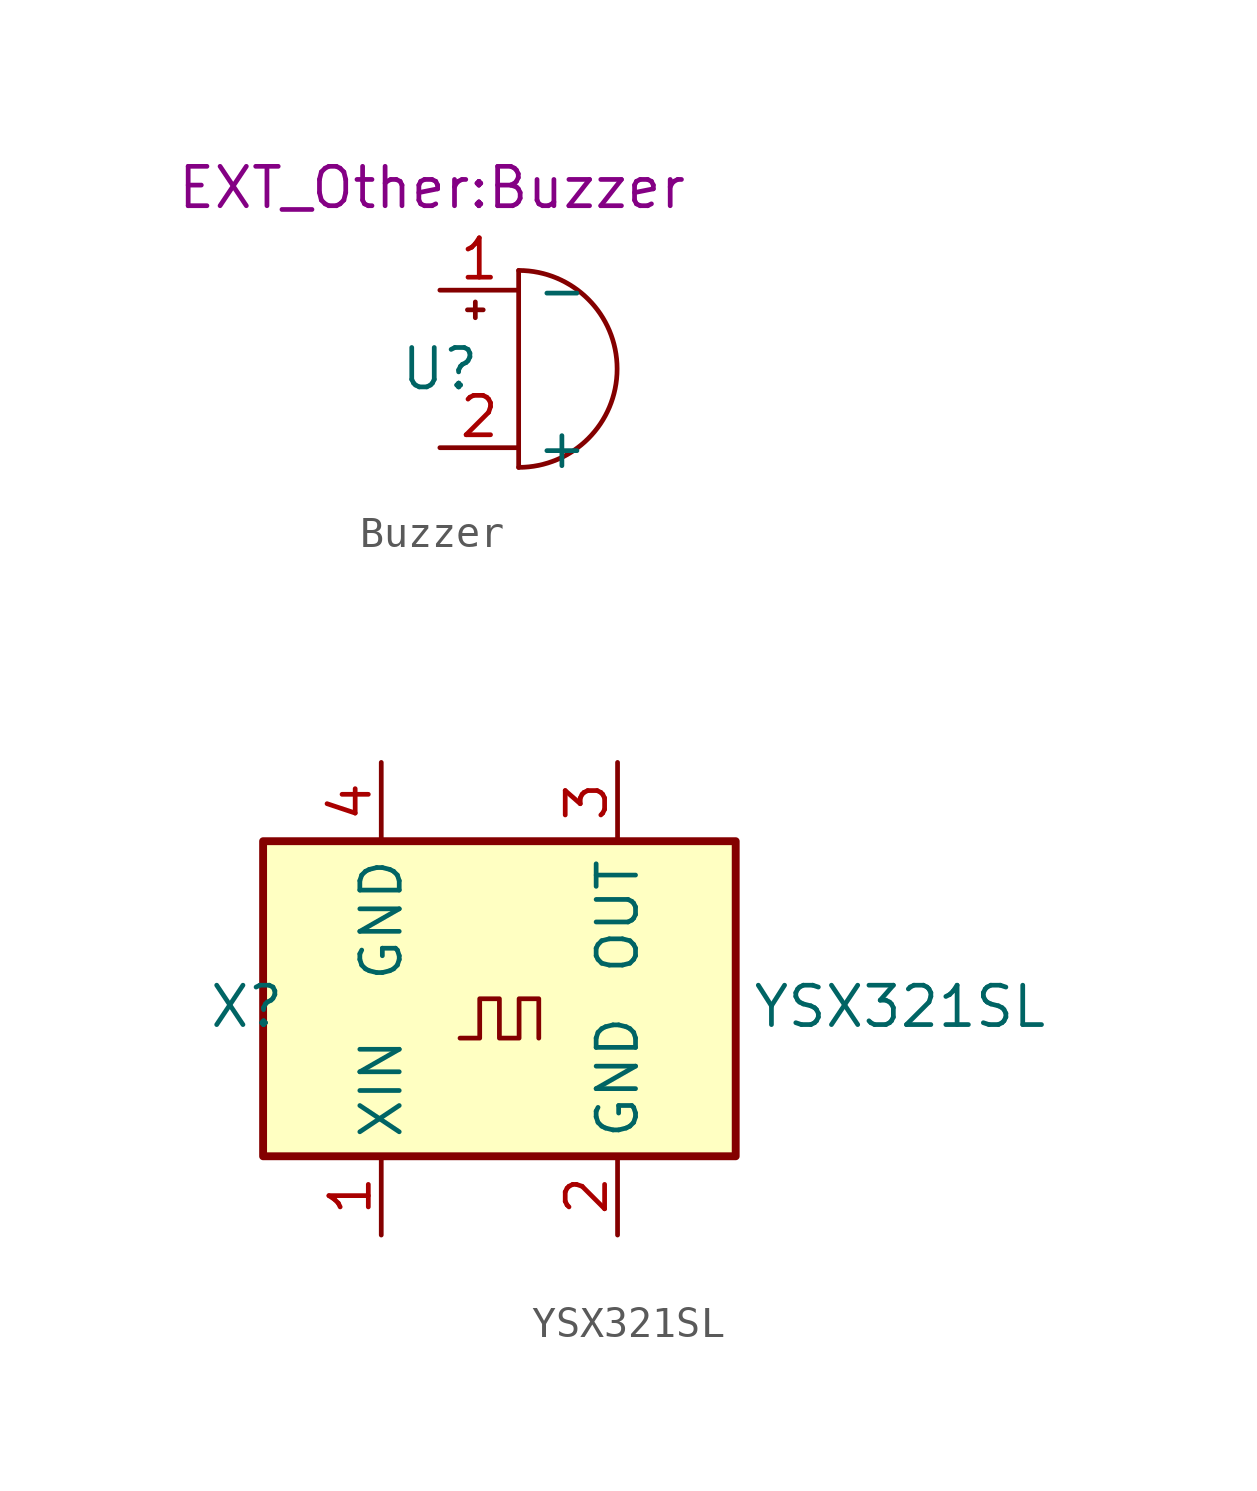
<source format=kicad_sym>
(kicad_symbol_lib
  (version 20241209)
  (generator "kicad_symbol_editor")
  (generator_version "9.0")
  (symbol "Buzzer"
    (property "Reference" "U"
      (at 0 0 0)
      (effects (font (size 1.27 1.27))))
    (property "Value" ""
      (at 0 0 0)
      (effects (font (size 1.27 1.27))))
    (property "Footprint" "EXT_Other:Buzzer"
      (at -0.254 5.842 0)
      (effects (font (size 1.27 1.27))))
    (symbol "Buzzer_0_1"
      (polyline (pts (xy 0.889 1.905) (xy 1.397 1.905)) (stroke (width 0) (type default)) (fill (type none)))
      (polyline (pts (xy 1.143 2.159) (xy 1.143 1.651)) (stroke (width 0) (type default)) (fill (type none)))
      (arc (start 2.54 3.175) (mid 5.7012 0) (end 2.54 -3.175) (stroke (width 0) (type default)) (fill (type none)))
      (polyline (pts (xy 2.54 3.175) (xy 2.54 -3.175)) (stroke (width 0) (type default)) (fill (type none))))
    (symbol "Buzzer_1_1"
      (pin passive line (at 0 2.54 0) (length 2.54) (name "-" (effects (font (size 1.27 1.27)))) (number "1" (effects (font (size 1.27 1.27)))))
      (pin passive line (at 0 -2.54 0) (length 2.54) (name "+" (effects (font (size 1.27 1.27)))) (number "2" (effects (font (size 1.27 1.27)))))))
  (symbol "YSX321SL"
    (property "Reference" "X"
      (at -9.398 -0.254 0)
      (effects (font (size 1.27 1.27)) (justify left)))
    (property "Value" "YSX321SL"
      (at 8.128 -0.254 0)
      (effects (font (size 1.27 1.27)) (justify left)))
    (symbol "YSX321SL_0_1"
      (rectangle (start -7.62 5.08) (end 7.62 -5.08) (stroke (width 0.254) (type default)) (fill (type background)))
      (polyline (pts (xy -1.27 -1.27) (xy -0.635 -1.27) (xy -0.635 0) (xy 0 0) (xy 0 -1.27) (xy 0.635 -1.27) (xy 0.635 0) (xy 1.27 0) (xy 1.27 -1.27)) (stroke (width 0) (type default)) (fill (type none))))
    (symbol "YSX321SL_1_1"
      (pin passive line (at -3.81 7.62 270) (length 2.54) (name "GND" (effects (font (size 1.27 1.27)))) (number "4" (effects (font (size 1.27 1.27)))))
      (pin passive line (at -3.81 -7.62 90) (length 2.54) (name "XIN" (effects (font (size 1.27 1.27)))) (number "1" (effects (font (size 1.27 1.27)))))
      (pin passive line (at 3.81 7.62 270) (length 2.54) (name "OUT" (effects (font (size 1.27 1.27)))) (number "3" (effects (font (size 1.27 1.27)))))
      (pin passive line (at 3.81 -7.62 90) (length 2.54) (name "GND" (effects (font (size 1.27 1.27)))) (number "2" (effects (font (size 1.27 1.27))))))))
</source>
